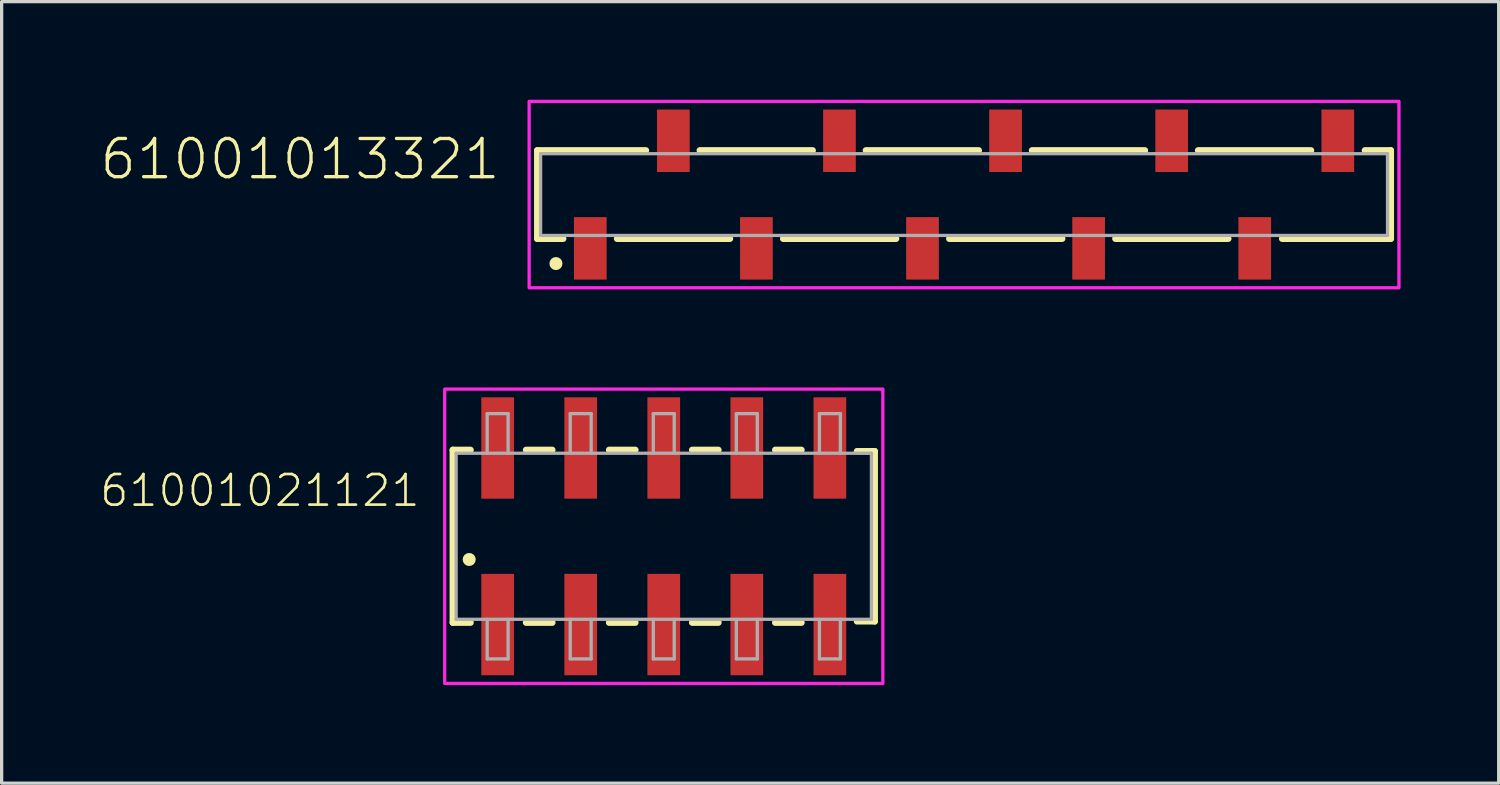
<source format=kicad_pcb>
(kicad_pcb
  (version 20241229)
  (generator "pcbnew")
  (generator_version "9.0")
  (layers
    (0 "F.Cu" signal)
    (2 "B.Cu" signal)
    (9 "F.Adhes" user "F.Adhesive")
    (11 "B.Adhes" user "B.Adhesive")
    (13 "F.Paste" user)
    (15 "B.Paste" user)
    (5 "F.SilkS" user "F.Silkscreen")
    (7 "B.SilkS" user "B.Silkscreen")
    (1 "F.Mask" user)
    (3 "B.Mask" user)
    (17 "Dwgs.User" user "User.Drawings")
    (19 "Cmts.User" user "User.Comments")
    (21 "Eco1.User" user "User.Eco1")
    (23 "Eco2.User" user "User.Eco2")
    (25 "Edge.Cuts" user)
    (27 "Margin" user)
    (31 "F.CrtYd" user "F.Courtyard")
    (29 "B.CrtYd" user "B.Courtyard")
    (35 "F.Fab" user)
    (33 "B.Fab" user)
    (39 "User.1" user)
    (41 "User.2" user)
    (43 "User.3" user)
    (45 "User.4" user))
  (footprint "61001013321"
    (layer "F.Cu")
    (at 26.432 2.9)
    (property "Reference" "61001013321" (at -14.12 -0.4 0) (unlocked yes) (layer "F.SilkS") (effects (font (size 1.168 1.168) (thickness 0.102)) (justify right bottom)))
    (fp_line (start -13.05 -1.35) (end -9.73 -1.35) (stroke (width 0.2) (type solid)) (layer "F.SilkS"))
    (fp_line (start -13.05 1.35) (end -13.05 -1.35) (stroke (width 0.2) (type solid)) (layer "F.SilkS"))
    (fp_line (start -12.26 1.35) (end -13.05 1.35) (stroke (width 0.2) (type solid)) (layer "F.SilkS"))
    (fp_line (start -8.08 -1.35) (end -4.63 -1.35) (stroke (width 0.2) (type solid)) (layer "F.SilkS"))
    (fp_line (start -7.16 1.35) (end -10.61 1.35) (stroke (width 0.2) (type solid)) (layer "F.SilkS"))
    (fp_line (start -3 -1.35) (end 0.45 -1.35) (stroke (width 0.2) (type solid)) (layer "F.SilkS"))
    (fp_line (start -2.08 1.35) (end -5.53 1.35) (stroke (width 0.2) (type solid)) (layer "F.SilkS"))
    (fp_line (start 2.08 -1.35) (end 5.53 -1.35) (stroke (width 0.2) (type solid)) (layer "F.SilkS"))
    (fp_line (start 3 1.35) (end -0.45 1.35) (stroke (width 0.2) (type solid)) (layer "F.SilkS"))
    (fp_line (start 7.16 -1.35) (end 10.61 -1.35) (stroke (width 0.2) (type solid)) (layer "F.SilkS"))
    (fp_line (start 8.08 1.35) (end 4.63 1.35) (stroke (width 0.2) (type solid)) (layer "F.SilkS"))
    (fp_line (start 9.73 1.35) (end 13.05 1.35) (stroke (width 0.2) (type solid)) (layer "F.SilkS"))
    (fp_line (start 13.05 -1.35) (end 12.26 -1.35) (stroke (width 0.2) (type solid)) (layer "F.SilkS"))
    (fp_line (start 13.05 1.35) (end 13.05 -1.35) (stroke (width 0.2) (type solid)) (layer "F.SilkS"))
    (fp_circle (center -12.48 2.11) (end -12.38 2.11) (stroke (width 0.2) (type solid)) (fill no) (layer "F.SilkS"))
    (fp_poly (pts (xy 13.3 2.85) (xy -13.3 2.85) (xy -13.3 -2.85) (xy 13.3 -2.85)) (stroke (width 0.1) (type default)) (fill no) (layer "F.CrtYd"))
    (fp_line (start -12.95 -1.25) (end 12.95 -1.25) (stroke (width 0.1) (type solid)) (layer "F.Fab"))
    (fp_line (start -12.95 1.25) (end -12.95 -1.25) (stroke (width 0.1) (type solid)) (layer "F.Fab"))
    (fp_line (start 12.95 1.25) (end -12.95 1.25) (stroke (width 0.1) (type solid)) (layer "F.Fab"))
    (fp_line (start 12.95 1.25) (end 12.95 -1.25) (stroke (width 0.1) (type solid)) (layer "F.Fab"))
    (pad "1" smd rect (at -11.43 1.645 180) (size 1 1.91) (layers "F.Cu" "F.Mask" "F.Paste"))
    (pad "2" smd rect (at -8.89 -1.645 180) (size 1 1.91) (layers "F.Cu" "F.Mask" "F.Paste"))
    (pad "3" smd rect (at -6.35 1.645 180) (size 1 1.91) (layers "F.Cu" "F.Mask" "F.Paste"))
    (pad "4" smd rect (at -3.81 -1.645 180) (size 1 1.91) (layers "F.Cu" "F.Mask" "F.Paste"))
    (pad "5" smd rect (at -1.27 1.645 180) (size 1 1.91) (layers "F.Cu" "F.Mask" "F.Paste"))
    (pad "6" smd rect (at 1.27 -1.645 180) (size 1 1.91) (layers "F.Cu" "F.Mask" "F.Paste"))
    (pad "7" smd rect (at 3.81 1.645 180) (size 1 1.91) (layers "F.Cu" "F.Mask" "F.Paste"))
    (pad "8" smd rect (at 6.35 -1.645 180) (size 1 1.91) (layers "F.Cu" "F.Mask" "F.Paste"))
    (pad "9" smd rect (at 8.89 1.645 180) (size 1 1.91) (layers "F.Cu" "F.Mask" "F.Paste"))
    (pad "10" smd rect (at 11.43 -1.645 180) (size 1 1.91) (layers "F.Cu" "F.Mask" "F.Paste")))
  (footprint "61001021121"
    (layer "F.Cu")
    (at 17.249 13.35)
    (property "Reference" "61001021121" (at -7.4 -0.85 0) (unlocked yes) (layer "F.SilkS") (effects (font (size 0.935 0.935) (thickness 0.081)) (justify right bottom)))
    (fp_line (start -6.45 -2.64) (end -6.45 2.64) (stroke (width 0.2) (type solid)) (layer "F.SilkS"))
    (fp_line (start -6.45 2.64) (end -5.91 2.64) (stroke (width 0.2) (type solid)) (layer "F.SilkS"))
    (fp_line (start -5.91 -2.64) (end -6.45 -2.64) (stroke (width 0.2) (type solid)) (layer "F.SilkS"))
    (fp_line (start -4.21 2.64) (end -3.41 2.64) (stroke (width 0.2) (type solid)) (layer "F.SilkS"))
    (fp_line (start -3.41 -2.64) (end -4.21 -2.64) (stroke (width 0.2) (type solid)) (layer "F.SilkS"))
    (fp_line (start -1.67 2.64) (end -0.87 2.64) (stroke (width 0.2) (type solid)) (layer "F.SilkS"))
    (fp_line (start -0.87 -2.64) (end -1.67 -2.64) (stroke (width 0.2) (type solid)) (layer "F.SilkS"))
    (fp_line (start 0.87 2.64) (end 1.67 2.64) (stroke (width 0.2) (type solid)) (layer "F.SilkS"))
    (fp_line (start 1.67 -2.64) (end 0.87 -2.64) (stroke (width 0.2) (type solid)) (layer "F.SilkS"))
    (fp_line (start 3.41 2.64) (end 4.21 2.64) (stroke (width 0.2) (type solid)) (layer "F.SilkS"))
    (fp_line (start 4.21 -2.64) (end 3.41 -2.64) (stroke (width 0.2) (type solid)) (layer "F.SilkS"))
    (fp_line (start 5.91 -2.6) (end 6.45 -2.6) (stroke (width 0.2) (type solid)) (layer "F.SilkS"))
    (fp_line (start 6.45 -2.6) (end 6.45 2.6) (stroke (width 0.2) (type solid)) (layer "F.SilkS"))
    (fp_line (start 6.45 2.6) (end 5.91 2.6) (stroke (width 0.2) (type solid)) (layer "F.SilkS"))
    (fp_circle (center -5.95 0.71) (end -5.85 0.71) (stroke (width 0.2) (type solid)) (fill no) (layer "F.SilkS"))
    (fp_poly (pts (xy 6.7 4.5) (xy -6.7 4.5) (xy -6.7 -4.5) (xy 6.7 -4.5)) (stroke (width 0.1) (type default)) (fill no) (layer "F.CrtYd"))
    (fp_line (start -6.35 -2.54) (end -6.35 2.54) (stroke (width 0.1) (type solid)) (layer "F.Fab"))
    (fp_line (start -6.35 2.54) (end 6.35 2.54) (stroke (width 0.1) (type solid)) (layer "F.Fab"))
    (fp_line (start -5.4 -3.75) (end -4.76 -3.75) (stroke (width 0.1) (type solid)) (layer "F.Fab"))
    (fp_line (start -5.4 -2.54) (end -6.35 -2.54) (stroke (width 0.1) (type solid)) (layer "F.Fab"))
    (fp_line (start -5.4 -2.54) (end -5.4 -3.75) (stroke (width 0.1) (type solid)) (layer "F.Fab"))
    (fp_line (start -5.4 3.75) (end -5.4 2.54) (stroke (width 0.1) (type solid)) (layer "F.Fab"))
    (fp_line (start -4.76 -3.75) (end -4.76 -2.54) (stroke (width 0.1) (type solid)) (layer "F.Fab"))
    (fp_line (start -4.76 -2.54) (end -5.4 -2.54) (stroke (width 0.1) (type solid)) (layer "F.Fab"))
    (fp_line (start -4.76 2.54) (end -4.76 3.75) (stroke (width 0.1) (type solid)) (layer "F.Fab"))
    (fp_line (start -4.76 3.75) (end -5.4 3.75) (stroke (width 0.1) (type solid)) (layer "F.Fab"))
    (fp_line (start -2.86 -3.75) (end -2.22 -3.75) (stroke (width 0.1) (type solid)) (layer "F.Fab"))
    (fp_line (start -2.86 -2.54) (end -2.86 -3.75) (stroke (width 0.1) (type solid)) (layer "F.Fab"))
    (fp_line (start -2.86 3.75) (end -2.86 2.54) (stroke (width 0.1) (type solid)) (layer "F.Fab"))
    (fp_line (start -2.22 -3.75) (end -2.22 -2.54) (stroke (width 0.1) (type solid)) (layer "F.Fab"))
    (fp_line (start -2.22 2.54) (end -2.22 3.75) (stroke (width 0.1) (type solid)) (layer "F.Fab"))
    (fp_line (start -2.22 3.75) (end -2.86 3.75) (stroke (width 0.1) (type solid)) (layer "F.Fab"))
    (fp_line (start -0.32 -3.75) (end 0.32 -3.75) (stroke (width 0.1) (type solid)) (layer "F.Fab"))
    (fp_line (start -0.32 -2.54) (end -0.32 -3.75) (stroke (width 0.1) (type solid)) (layer "F.Fab"))
    (fp_line (start -0.32 3.75) (end -0.32 2.54) (stroke (width 0.1) (type solid)) (layer "F.Fab"))
    (fp_line (start 0.32 -3.75) (end 0.32 -2.54) (stroke (width 0.1) (type solid)) (layer "F.Fab"))
    (fp_line (start 0.32 2.54) (end 0.32 3.75) (stroke (width 0.1) (type solid)) (layer "F.Fab"))
    (fp_line (start 0.32 3.75) (end -0.32 3.75) (stroke (width 0.1) (type solid)) (layer "F.Fab"))
    (fp_line (start 2.22 -3.75) (end 2.86 -3.75) (stroke (width 0.1) (type solid)) (layer "F.Fab"))
    (fp_line (start 2.22 -2.54) (end 2.22 -3.75) (stroke (width 0.1) (type solid)) (layer "F.Fab"))
    (fp_line (start 2.22 3.75) (end 2.22 2.54) (stroke (width 0.1) (type solid)) (layer "F.Fab"))
    (fp_line (start 2.86 -3.75) (end 2.86 -2.54) (stroke (width 0.1) (type solid)) (layer "F.Fab"))
    (fp_line (start 2.86 2.54) (end 2.86 3.75) (stroke (width 0.1) (type solid)) (layer "F.Fab"))
    (fp_line (start 2.86 3.75) (end 2.22 3.75) (stroke (width 0.1) (type solid)) (layer "F.Fab"))
    (fp_line (start 4.76 -3.75) (end 5.4 -3.75) (stroke (width 0.1) (type solid)) (layer "F.Fab"))
    (fp_line (start 4.76 -2.54) (end 4.76 -3.75) (stroke (width 0.1) (type solid)) (layer "F.Fab"))
    (fp_line (start 4.76 3.75) (end 4.76 2.54) (stroke (width 0.1) (type solid)) (layer "F.Fab"))
    (fp_line (start 5.4 -3.75) (end 5.4 -2.54) (stroke (width 0.1) (type solid)) (layer "F.Fab"))
    (fp_line (start 5.4 2.54) (end 5.4 3.75) (stroke (width 0.1) (type solid)) (layer "F.Fab"))
    (fp_line (start 5.4 3.75) (end 4.76 3.75) (stroke (width 0.1) (type solid)) (layer "F.Fab"))
    (fp_line (start 6.35 -2.54) (end -4.76 -2.54) (stroke (width 0.1) (type solid)) (layer "F.Fab"))
    (fp_line (start 6.35 2.54) (end 6.35 -2.54) (stroke (width 0.1) (type solid)) (layer "F.Fab"))
    (pad "1" smd rect (at -5.08 2.7 90) (size 3.1 1) (layers "F.Cu" "F.Mask" "F.Paste"))
    (pad "2" smd rect (at -5.08 -2.7 90) (size 3.1 1) (layers "F.Cu" "F.Mask" "F.Paste"))
    (pad "3" smd rect (at -2.54 2.7 90) (size 3.1 1) (layers "F.Cu" "F.Mask" "F.Paste"))
    (pad "4" smd rect (at -2.54 -2.7 90) (size 3.1 1) (layers "F.Cu" "F.Mask" "F.Paste"))
    (pad "5" smd rect (at 0 2.7 90) (size 3.1 1) (layers "F.Cu" "F.Mask" "F.Paste"))
    (pad "6" smd rect (at 0 -2.7 90) (size 3.1 1) (layers "F.Cu" "F.Mask" "F.Paste"))
    (pad "7" smd rect (at 2.54 2.7 90) (size 3.1 1) (layers "F.Cu" "F.Mask" "F.Paste"))
    (pad "8" smd rect (at 2.54 -2.7 90) (size 3.1 1) (layers "F.Cu" "F.Mask" "F.Paste"))
    (pad "9" smd rect (at 5.08 2.7 90) (size 3.1 1) (layers "F.Cu" "F.Mask" "F.Paste"))
    (pad "10" smd rect (at 5.08 -2.7 90) (size 3.1 1) (layers "F.Cu" "F.Mask" "F.Paste")))
  (gr_rect
    (start -3 -3)
    (end 42.782 20.9)
    (stroke (width 0.1) (type default))
    (fill no)
    (layer "Edge.Cuts")))
</source>
